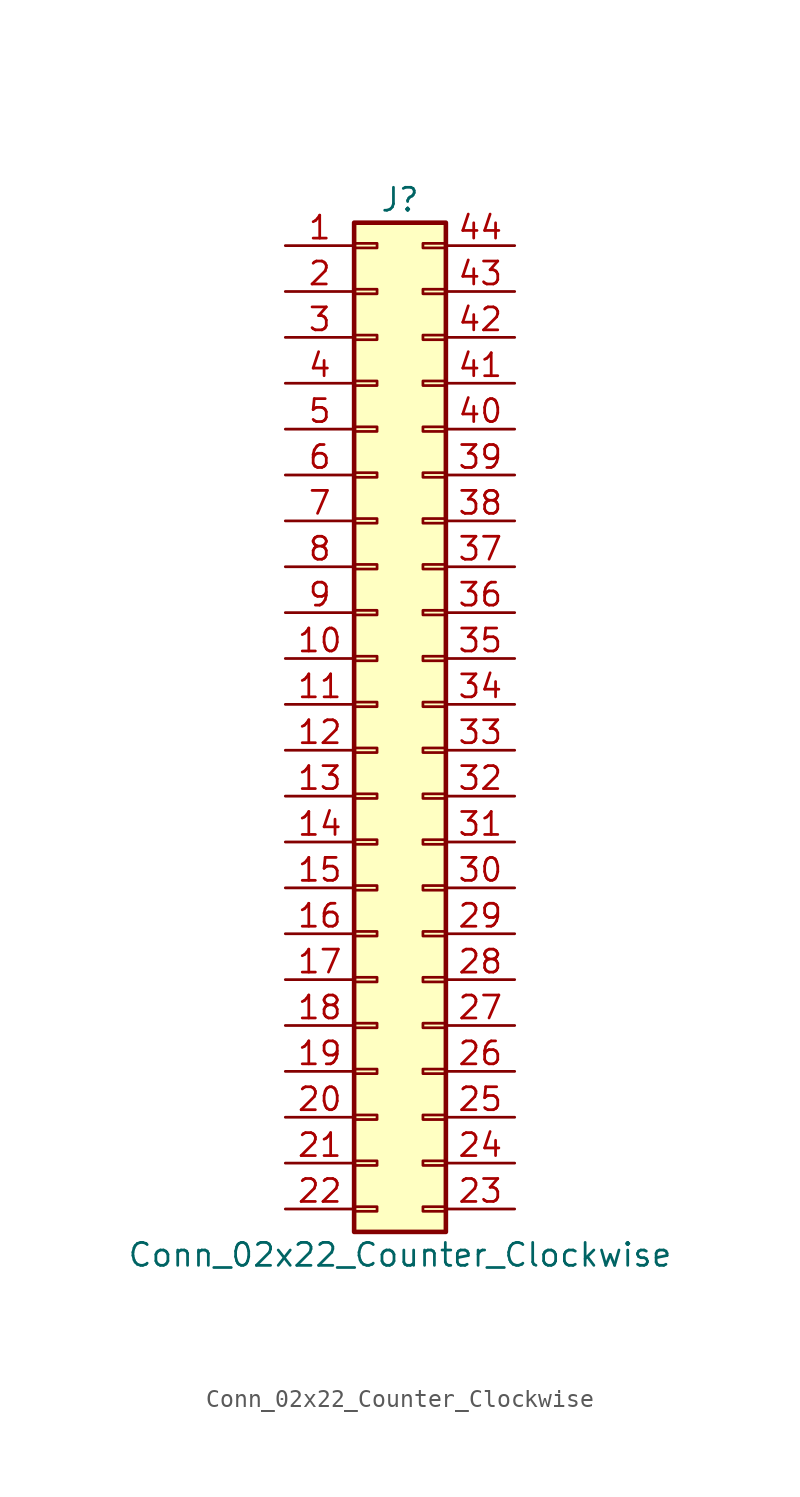
<source format=kicad_sym>
(kicad_symbol_lib
  (version 20220914)
  (generator kicad_symbol_editor)
  (symbol "Conn_02x22_Counter_Clockwise"
    (pin_names
      (offset 1.016) hide)
    (property "Reference" "J"
      (at 1.27 27.94 0)
      (effects (font (size 1.27 1.27))))
    (property "Value" "Conn_02x22_Counter_Clockwise"
      (at 1.27 -30.48 0)
      (effects (font (size 1.27 1.27))))
    (symbol "Conn_02x22_Counter_Clockwise_1_1"
      (rectangle (start -1.27 -27.813) (end 0 -28.067) (stroke (width 0.152) (type default)) (fill (type none)))
      (rectangle (start -1.27 -25.273) (end 0 -25.527) (stroke (width 0.152) (type default)) (fill (type none)))
      (rectangle (start -1.27 -22.733) (end 0 -22.987) (stroke (width 0.152) (type default)) (fill (type none)))
      (rectangle (start -1.27 -20.193) (end 0 -20.447) (stroke (width 0.152) (type default)) (fill (type none)))
      (rectangle (start -1.27 -17.653) (end 0 -17.907) (stroke (width 0.152) (type default)) (fill (type none)))
      (rectangle (start -1.27 -15.113) (end 0 -15.367) (stroke (width 0.152) (type default)) (fill (type none)))
      (rectangle (start -1.27 -12.573) (end 0 -12.827) (stroke (width 0.152) (type default)) (fill (type none)))
      (rectangle (start -1.27 -10.033) (end 0 -10.287) (stroke (width 0.152) (type default)) (fill (type none)))
      (rectangle (start -1.27 -7.493) (end 0 -7.747) (stroke (width 0.152) (type default)) (fill (type none)))
      (rectangle (start -1.27 -4.953) (end 0 -5.207) (stroke (width 0.152) (type default)) (fill (type none)))
      (rectangle (start -1.27 -2.413) (end 0 -2.667) (stroke (width 0.152) (type default)) (fill (type none)))
      (rectangle (start -1.27 0.127) (end 0 -0.127) (stroke (width 0.152) (type default)) (fill (type none)))
      (rectangle (start -1.27 2.667) (end 0 2.413) (stroke (width 0.152) (type default)) (fill (type none)))
      (rectangle (start -1.27 5.207) (end 0 4.953) (stroke (width 0.152) (type default)) (fill (type none)))
      (rectangle (start -1.27 7.747) (end 0 7.493) (stroke (width 0.152) (type default)) (fill (type none)))
      (rectangle (start -1.27 10.287) (end 0 10.033) (stroke (width 0.152) (type default)) (fill (type none)))
      (rectangle (start -1.27 12.827) (end 0 12.573) (stroke (width 0.152) (type default)) (fill (type none)))
      (rectangle (start -1.27 15.367) (end 0 15.113) (stroke (width 0.152) (type default)) (fill (type none)))
      (rectangle (start -1.27 17.907) (end 0 17.653) (stroke (width 0.152) (type default)) (fill (type none)))
      (rectangle (start -1.27 20.447) (end 0 20.193) (stroke (width 0.152) (type default)) (fill (type none)))
      (rectangle (start -1.27 22.987) (end 0 22.733) (stroke (width 0.152) (type default)) (fill (type none)))
      (rectangle (start -1.27 25.527) (end 0 25.273) (stroke (width 0.152) (type default)) (fill (type none)))
      (rectangle (start -1.27 26.67) (end 3.81 -29.21) (stroke (width 0.254) (type default)) (fill (type background)))
      (rectangle (start 3.81 -27.813) (end 2.54 -28.067) (stroke (width 0.152) (type default)) (fill (type none)))
      (rectangle (start 3.81 -25.273) (end 2.54 -25.527) (stroke (width 0.152) (type default)) (fill (type none)))
      (rectangle (start 3.81 -22.733) (end 2.54 -22.987) (stroke (width 0.152) (type default)) (fill (type none)))
      (rectangle (start 3.81 -20.193) (end 2.54 -20.447) (stroke (width 0.152) (type default)) (fill (type none)))
      (rectangle (start 3.81 -17.653) (end 2.54 -17.907) (stroke (width 0.152) (type default)) (fill (type none)))
      (rectangle (start 3.81 -15.113) (end 2.54 -15.367) (stroke (width 0.152) (type default)) (fill (type none)))
      (rectangle (start 3.81 -12.573) (end 2.54 -12.827) (stroke (width 0.152) (type default)) (fill (type none)))
      (rectangle (start 3.81 -10.033) (end 2.54 -10.287) (stroke (width 0.152) (type default)) (fill (type none)))
      (rectangle (start 3.81 -7.493) (end 2.54 -7.747) (stroke (width 0.152) (type default)) (fill (type none)))
      (rectangle (start 3.81 -4.953) (end 2.54 -5.207) (stroke (width 0.152) (type default)) (fill (type none)))
      (rectangle (start 3.81 -2.413) (end 2.54 -2.667) (stroke (width 0.152) (type default)) (fill (type none)))
      (rectangle (start 3.81 0.127) (end 2.54 -0.127) (stroke (width 0.152) (type default)) (fill (type none)))
      (rectangle (start 3.81 2.667) (end 2.54 2.413) (stroke (width 0.152) (type default)) (fill (type none)))
      (rectangle (start 3.81 5.207) (end 2.54 4.953) (stroke (width 0.152) (type default)) (fill (type none)))
      (rectangle (start 3.81 7.747) (end 2.54 7.493) (stroke (width 0.152) (type default)) (fill (type none)))
      (rectangle (start 3.81 10.287) (end 2.54 10.033) (stroke (width 0.152) (type default)) (fill (type none)))
      (rectangle (start 3.81 12.827) (end 2.54 12.573) (stroke (width 0.152) (type default)) (fill (type none)))
      (rectangle (start 3.81 15.367) (end 2.54 15.113) (stroke (width 0.152) (type default)) (fill (type none)))
      (rectangle (start 3.81 17.907) (end 2.54 17.653) (stroke (width 0.152) (type default)) (fill (type none)))
      (rectangle (start 3.81 20.447) (end 2.54 20.193) (stroke (width 0.152) (type default)) (fill (type none)))
      (rectangle (start 3.81 22.987) (end 2.54 22.733) (stroke (width 0.152) (type default)) (fill (type none)))
      (rectangle (start 3.81 25.527) (end 2.54 25.273) (stroke (width 0.152) (type default)) (fill (type none)))
      (pin passive line (at -5.08 25.4 0) (length 3.81) (name "Pin_1" (effects (font (size 1.27 1.27)))) (number "1" (effects (font (size 1.27 1.27)))))
      (pin passive line (at -5.08 2.54 0) (length 3.81) (name "Pin_10" (effects (font (size 1.27 1.27)))) (number "10" (effects (font (size 1.27 1.27)))))
      (pin passive line (at -5.08 0 0) (length 3.81) (name "Pin_11" (effects (font (size 1.27 1.27)))) (number "11" (effects (font (size 1.27 1.27)))))
      (pin passive line (at -5.08 -2.54 0) (length 3.81) (name "Pin_12" (effects (font (size 1.27 1.27)))) (number "12" (effects (font (size 1.27 1.27)))))
      (pin passive line (at -5.08 -5.08 0) (length 3.81) (name "Pin_13" (effects (font (size 1.27 1.27)))) (number "13" (effects (font (size 1.27 1.27)))))
      (pin passive line (at -5.08 -7.62 0) (length 3.81) (name "Pin_14" (effects (font (size 1.27 1.27)))) (number "14" (effects (font (size 1.27 1.27)))))
      (pin passive line (at -5.08 -10.16 0) (length 3.81) (name "Pin_15" (effects (font (size 1.27 1.27)))) (number "15" (effects (font (size 1.27 1.27)))))
      (pin passive line (at -5.08 -12.7 0) (length 3.81) (name "Pin_16" (effects (font (size 1.27 1.27)))) (number "16" (effects (font (size 1.27 1.27)))))
      (pin passive line (at -5.08 -15.24 0) (length 3.81) (name "Pin_17" (effects (font (size 1.27 1.27)))) (number "17" (effects (font (size 1.27 1.27)))))
      (pin passive line (at -5.08 -17.78 0) (length 3.81) (name "Pin_18" (effects (font (size 1.27 1.27)))) (number "18" (effects (font (size 1.27 1.27)))))
      (pin passive line (at -5.08 -20.32 0) (length 3.81) (name "Pin_19" (effects (font (size 1.27 1.27)))) (number "19" (effects (font (size 1.27 1.27)))))
      (pin passive line (at -5.08 22.86 0) (length 3.81) (name "Pin_2" (effects (font (size 1.27 1.27)))) (number "2" (effects (font (size 1.27 1.27)))))
      (pin passive line (at -5.08 -22.86 0) (length 3.81) (name "Pin_20" (effects (font (size 1.27 1.27)))) (number "20" (effects (font (size 1.27 1.27)))))
      (pin passive line (at -5.08 -25.4 0) (length 3.81) (name "Pin_21" (effects (font (size 1.27 1.27)))) (number "21" (effects (font (size 1.27 1.27)))))
      (pin passive line (at -5.08 -27.94 0) (length 3.81) (name "Pin_22" (effects (font (size 1.27 1.27)))) (number "22" (effects (font (size 1.27 1.27)))))
      (pin passive line (at 7.62 -27.94 180) (length 3.81) (name "Pin_23" (effects (font (size 1.27 1.27)))) (number "23" (effects (font (size 1.27 1.27)))))
      (pin passive line (at 7.62 -25.4 180) (length 3.81) (name "Pin_24" (effects (font (size 1.27 1.27)))) (number "24" (effects (font (size 1.27 1.27)))))
      (pin passive line (at 7.62 -22.86 180) (length 3.81) (name "Pin_25" (effects (font (size 1.27 1.27)))) (number "25" (effects (font (size 1.27 1.27)))))
      (pin passive line (at 7.62 -20.32 180) (length 3.81) (name "Pin_26" (effects (font (size 1.27 1.27)))) (number "26" (effects (font (size 1.27 1.27)))))
      (pin passive line (at 7.62 -17.78 180) (length 3.81) (name "Pin_27" (effects (font (size 1.27 1.27)))) (number "27" (effects (font (size 1.27 1.27)))))
      (pin passive line (at 7.62 -15.24 180) (length 3.81) (name "Pin_28" (effects (font (size 1.27 1.27)))) (number "28" (effects (font (size 1.27 1.27)))))
      (pin passive line (at 7.62 -12.7 180) (length 3.81) (name "Pin_29" (effects (font (size 1.27 1.27)))) (number "29" (effects (font (size 1.27 1.27)))))
      (pin passive line (at -5.08 20.32 0) (length 3.81) (name "Pin_3" (effects (font (size 1.27 1.27)))) (number "3" (effects (font (size 1.27 1.27)))))
      (pin passive line (at 7.62 -10.16 180) (length 3.81) (name "Pin_30" (effects (font (size 1.27 1.27)))) (number "30" (effects (font (size 1.27 1.27)))))
      (pin passive line (at 7.62 -7.62 180) (length 3.81) (name "Pin_31" (effects (font (size 1.27 1.27)))) (number "31" (effects (font (size 1.27 1.27)))))
      (pin passive line (at 7.62 -5.08 180) (length 3.81) (name "Pin_32" (effects (font (size 1.27 1.27)))) (number "32" (effects (font (size 1.27 1.27)))))
      (pin passive line (at 7.62 -2.54 180) (length 3.81) (name "Pin_33" (effects (font (size 1.27 1.27)))) (number "33" (effects (font (size 1.27 1.27)))))
      (pin passive line (at 7.62 0 180) (length 3.81) (name "Pin_34" (effects (font (size 1.27 1.27)))) (number "34" (effects (font (size 1.27 1.27)))))
      (pin passive line (at 7.62 2.54 180) (length 3.81) (name "Pin_35" (effects (font (size 1.27 1.27)))) (number "35" (effects (font (size 1.27 1.27)))))
      (pin passive line (at 7.62 5.08 180) (length 3.81) (name "Pin_36" (effects (font (size 1.27 1.27)))) (number "36" (effects (font (size 1.27 1.27)))))
      (pin passive line (at 7.62 7.62 180) (length 3.81) (name "Pin_37" (effects (font (size 1.27 1.27)))) (number "37" (effects (font (size 1.27 1.27)))))
      (pin passive line (at 7.62 10.16 180) (length 3.81) (name "Pin_38" (effects (font (size 1.27 1.27)))) (number "38" (effects (font (size 1.27 1.27)))))
      (pin passive line (at 7.62 12.7 180) (length 3.81) (name "Pin_39" (effects (font (size 1.27 1.27)))) (number "39" (effects (font (size 1.27 1.27)))))
      (pin passive line (at -5.08 17.78 0) (length 3.81) (name "Pin_4" (effects (font (size 1.27 1.27)))) (number "4" (effects (font (size 1.27 1.27)))))
      (pin passive line (at 7.62 15.24 180) (length 3.81) (name "Pin_40" (effects (font (size 1.27 1.27)))) (number "40" (effects (font (size 1.27 1.27)))))
      (pin passive line (at 7.62 17.78 180) (length 3.81) (name "Pin_41" (effects (font (size 1.27 1.27)))) (number "41" (effects (font (size 1.27 1.27)))))
      (pin passive line (at 7.62 20.32 180) (length 3.81) (name "Pin_42" (effects (font (size 1.27 1.27)))) (number "42" (effects (font (size 1.27 1.27)))))
      (pin passive line (at 7.62 22.86 180) (length 3.81) (name "Pin_43" (effects (font (size 1.27 1.27)))) (number "43" (effects (font (size 1.27 1.27)))))
      (pin passive line (at 7.62 25.4 180) (length 3.81) (name "Pin_44" (effects (font (size 1.27 1.27)))) (number "44" (effects (font (size 1.27 1.27)))))
      (pin passive line (at -5.08 15.24 0) (length 3.81) (name "Pin_5" (effects (font (size 1.27 1.27)))) (number "5" (effects (font (size 1.27 1.27)))))
      (pin passive line (at -5.08 12.7 0) (length 3.81) (name "Pin_6" (effects (font (size 1.27 1.27)))) (number "6" (effects (font (size 1.27 1.27)))))
      (pin passive line (at -5.08 10.16 0) (length 3.81) (name "Pin_7" (effects (font (size 1.27 1.27)))) (number "7" (effects (font (size 1.27 1.27)))))
      (pin passive line (at -5.08 7.62 0) (length 3.81) (name "Pin_8" (effects (font (size 1.27 1.27)))) (number "8" (effects (font (size 1.27 1.27)))))
      (pin passive line (at -5.08 5.08 0) (length 3.81) (name "Pin_9" (effects (font (size 1.27 1.27)))) (number "9" (effects (font (size 1.27 1.27))))))))
</source>
